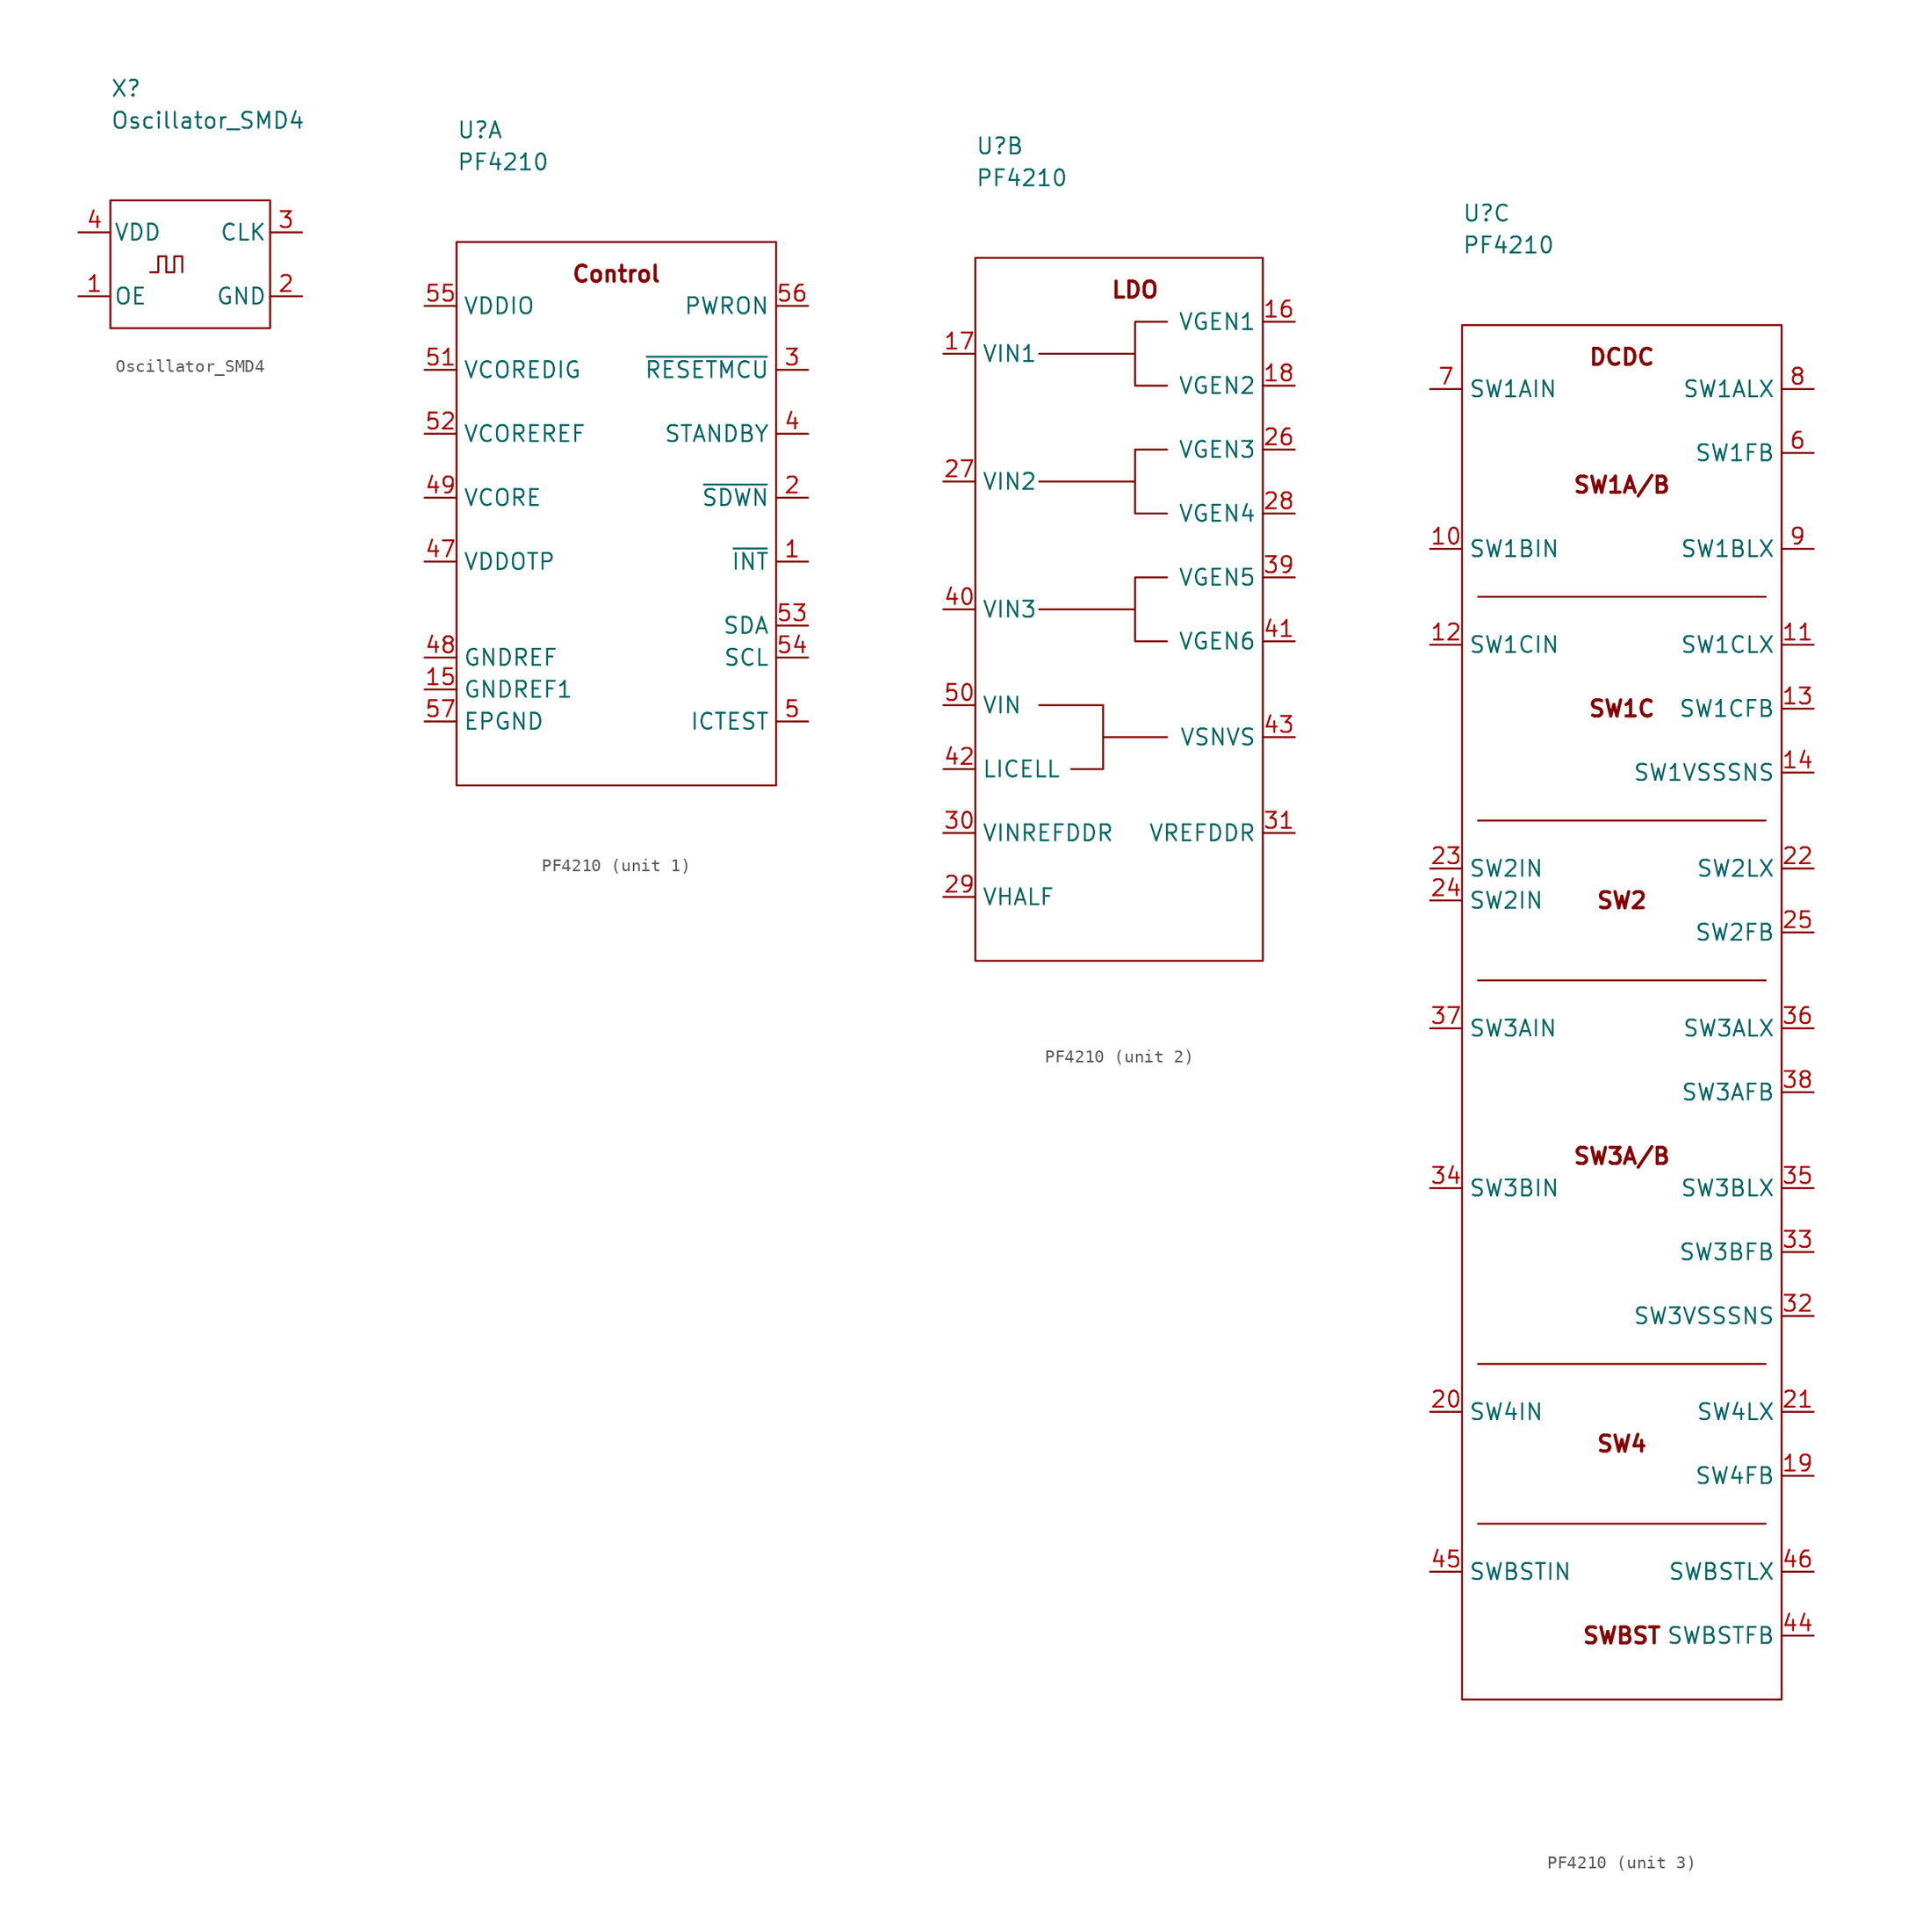
<source format=kicad_sym>
(kicad_symbol_lib
  (version 20211014)
  (generator kicad_symbol_editor)
  (symbol "Oscillator_SMD4"
    (pin_names
      (offset 0.254))
    (property "Reference" "X"
      (at 0 8.89 0)
      (effects (font (size 1.27 1.27)) (justify left)))
    (property "Value" "Oscillator_SMD4"
      (at 0 6.35 0)
      (effects (font (size 1.27 1.27)) (justify left)))
    (symbol "Oscillator_SMD4_0_1"
      (polyline (pts (xy 3.175 -5.715) (xy 3.81 -5.715) (xy 3.81 -4.445) (xy 4.445 -4.445) (xy 4.445 -5.715) (xy 5.08 -5.715) (xy 5.08 -4.445) (xy 5.715 -4.445) (xy 5.715 -5.715)) (stroke (width 0) (type default) (color 0 0 0 0)) (fill (type none)))
      (rectangle (start 0 0) (end 12.7 -10.16) (stroke (width 0.152) (type default) (color 0 0 0 0)) (fill (type none))))
    (symbol "Oscillator_SMD4_1_1"
      (pin passive line (at -2.54 -7.62 0) (length 2.54) (name "OE" (effects (font (size 1.27 1.27)))) (number "1" (effects (font (size 1.27 1.27)))))
      (pin passive line (at 15.24 -7.62 180) (length 2.54) (name "GND" (effects (font (size 1.27 1.27)))) (number "2" (effects (font (size 1.27 1.27)))))
      (pin passive line (at 15.24 -2.54 180) (length 2.54) (name "CLK" (effects (font (size 1.27 1.27)))) (number "3" (effects (font (size 1.27 1.27)))))
      (pin passive line (at -2.54 -2.54 0) (length 2.54) (name "VDD" (effects (font (size 1.27 1.27)))) (number "4" (effects (font (size 1.27 1.27)))))))
  (symbol "PF4210"
    (property "Reference" "U"
      (at 0 8.89 0)
      (effects (font (size 1.27 1.27)) (justify left)))
    (property "Value" "PF4210"
      (at 0 6.35 0)
      (effects (font (size 1.27 1.27)) (justify left)))
    (symbol "PF4210_1_1"
      (rectangle (start 0 0) (end 25.4 -43.18) (stroke (width 0.152) (type default) (color 0 0 0 0)) (fill (type none)))
      (text "Control" (at 12.7 -2.54 0) (effects (font (size 1.27 1.27) bold)))
      (pin passive line (at 27.94 -25.4 180) (length 2.54) (name "~{INT}" (effects (font (size 1.27 1.27)))) (number "1" (effects (font (size 1.27 1.27)))))
      (pin passive line (at -2.54 -35.56 0) (length 2.54) (name "GNDREF1" (effects (font (size 1.27 1.27)))) (number "15" (effects (font (size 1.27 1.27)))))
      (pin passive line (at 27.94 -20.32 180) (length 2.54) (name "~{SDWN}" (effects (font (size 1.27 1.27)))) (number "2" (effects (font (size 1.27 1.27)))))
      (pin passive line (at 27.94 -10.16 180) (length 2.54) (name "~{RESETMCU}" (effects (font (size 1.27 1.27)))) (number "3" (effects (font (size 1.27 1.27)))))
      (pin passive line (at 27.94 -15.24 180) (length 2.54) (name "STANDBY" (effects (font (size 1.27 1.27)))) (number "4" (effects (font (size 1.27 1.27)))))
      (pin passive line (at -2.54 -25.4 0) (length 2.54) (name "VDDOTP" (effects (font (size 1.27 1.27)))) (number "47" (effects (font (size 1.27 1.27)))))
      (pin passive line (at -2.54 -33.02 0) (length 2.54) (name "GNDREF" (effects (font (size 1.27 1.27)))) (number "48" (effects (font (size 1.27 1.27)))))
      (pin passive line (at -2.54 -20.32 0) (length 2.54) (name "VCORE" (effects (font (size 1.27 1.27)))) (number "49" (effects (font (size 1.27 1.27)))))
      (pin passive line (at 27.94 -38.1 180) (length 2.54) (name "ICTEST" (effects (font (size 1.27 1.27)))) (number "5" (effects (font (size 1.27 1.27)))))
      (pin passive line (at -2.54 -10.16 0) (length 2.54) (name "VCOREDIG" (effects (font (size 1.27 1.27)))) (number "51" (effects (font (size 1.27 1.27)))))
      (pin passive line (at -2.54 -15.24 0) (length 2.54) (name "VCOREREF" (effects (font (size 1.27 1.27)))) (number "52" (effects (font (size 1.27 1.27)))))
      (pin passive line (at 27.94 -30.48 180) (length 2.54) (name "SDA" (effects (font (size 1.27 1.27)))) (number "53" (effects (font (size 1.27 1.27)))))
      (pin passive line (at 27.94 -33.02 180) (length 2.54) (name "SCL" (effects (font (size 1.27 1.27)))) (number "54" (effects (font (size 1.27 1.27)))))
      (pin passive line (at -2.54 -5.08 0) (length 2.54) (name "VDDIO" (effects (font (size 1.27 1.27)))) (number "55" (effects (font (size 1.27 1.27)))))
      (pin passive line (at 27.94 -5.08 180) (length 2.54) (name "PWRON" (effects (font (size 1.27 1.27)))) (number "56" (effects (font (size 1.27 1.27)))))
      (pin passive line (at -2.54 -38.1 0) (length 2.54) (name "EPGND" (effects (font (size 1.27 1.27)))) (number "57" (effects (font (size 1.27 1.27))))))
    (symbol "PF4210_2_1"
      (polyline (pts (xy 5.08 -27.94) (xy 12.7 -27.94)) (stroke (width 0.152) (type default) (color 0 0 0 0)) (fill (type none)))
      (polyline (pts (xy 5.08 -17.78) (xy 12.7 -17.78)) (stroke (width 0.152) (type default) (color 0 0 0 0)) (fill (type none)))
      (polyline (pts (xy 5.08 -7.62) (xy 12.7 -7.62)) (stroke (width 0.152) (type default) (color 0 0 0 0)) (fill (type none)))
      (polyline (pts (xy 15.24 -38.1) (xy 10.16 -38.1)) (stroke (width 0.152) (type default) (color 0 0 0 0)) (fill (type none)))
      (polyline (pts (xy 5.08 -35.56) (xy 10.16 -35.56) (xy 10.16 -40.64) (xy 7.62 -40.64)) (stroke (width 0.152) (type default) (color 0 0 0 0)) (fill (type none)))
      (polyline (pts (xy 15.24 -25.4) (xy 12.7 -25.4) (xy 12.7 -30.48) (xy 15.24 -30.48)) (stroke (width 0.152) (type default) (color 0 0 0 0)) (fill (type none)))
      (polyline (pts (xy 15.24 -15.24) (xy 12.7 -15.24) (xy 12.7 -20.32) (xy 15.24 -20.32)) (stroke (width 0.152) (type default) (color 0 0 0 0)) (fill (type none)))
      (polyline (pts (xy 15.24 -5.08) (xy 12.7 -5.08) (xy 12.7 -10.16) (xy 15.24 -10.16)) (stroke (width 0.152) (type default) (color 0 0 0 0)) (fill (type none)))
      (rectangle (start 0 0) (end 22.86 -55.88) (stroke (width 0.152) (type default) (color 0 0 0 0)) (fill (type none)))
      (text "LDO" (at 12.7 -2.54 0) (effects (font (size 1.27 1.27) bold)))
      (pin passive line (at 25.4 -5.08 180) (length 2.54) (name "VGEN1" (effects (font (size 1.27 1.27)))) (number "16" (effects (font (size 1.27 1.27)))))
      (pin passive line (at -2.54 -7.62 0) (length 2.54) (name "VIN1" (effects (font (size 1.27 1.27)))) (number "17" (effects (font (size 1.27 1.27)))))
      (pin passive line (at 25.4 -10.16 180) (length 2.54) (name "VGEN2" (effects (font (size 1.27 1.27)))) (number "18" (effects (font (size 1.27 1.27)))))
      (pin passive line (at 25.4 -15.24 180) (length 2.54) (name "VGEN3" (effects (font (size 1.27 1.27)))) (number "26" (effects (font (size 1.27 1.27)))))
      (pin passive line (at -2.54 -17.78 0) (length 2.54) (name "VIN2" (effects (font (size 1.27 1.27)))) (number "27" (effects (font (size 1.27 1.27)))))
      (pin passive line (at 25.4 -20.32 180) (length 2.54) (name "VGEN4" (effects (font (size 1.27 1.27)))) (number "28" (effects (font (size 1.27 1.27)))))
      (pin passive line (at -2.54 -50.8 0) (length 2.54) (name "VHALF" (effects (font (size 1.27 1.27)))) (number "29" (effects (font (size 1.27 1.27)))))
      (pin passive line (at -2.54 -45.72 0) (length 2.54) (name "VINREFDDR" (effects (font (size 1.27 1.27)))) (number "30" (effects (font (size 1.27 1.27)))))
      (pin passive line (at 25.4 -45.72 180) (length 2.54) (name "VREFDDR" (effects (font (size 1.27 1.27)))) (number "31" (effects (font (size 1.27 1.27)))))
      (pin passive line (at 25.4 -25.4 180) (length 2.54) (name "VGEN5" (effects (font (size 1.27 1.27)))) (number "39" (effects (font (size 1.27 1.27)))))
      (pin passive line (at -2.54 -27.94 0) (length 2.54) (name "VIN3" (effects (font (size 1.27 1.27)))) (number "40" (effects (font (size 1.27 1.27)))))
      (pin passive line (at 25.4 -30.48 180) (length 2.54) (name "VGEN6" (effects (font (size 1.27 1.27)))) (number "41" (effects (font (size 1.27 1.27)))))
      (pin passive line (at -2.54 -40.64 0) (length 2.54) (name "LICELL" (effects (font (size 1.27 1.27)))) (number "42" (effects (font (size 1.27 1.27)))))
      (pin passive line (at 25.4 -38.1 180) (length 2.54) (name "VSNVS" (effects (font (size 1.27 1.27)))) (number "43" (effects (font (size 1.27 1.27)))))
      (pin passive line (at -2.54 -35.56 0) (length 2.54) (name "VIN" (effects (font (size 1.27 1.27)))) (number "50" (effects (font (size 1.27 1.27))))))
    (symbol "PF4210_3_1"
      (polyline (pts (xy 1.27 -95.25) (xy 24.13 -95.25)) (stroke (width 0.152) (type default) (color 0 0 0 0)) (fill (type none)))
      (polyline (pts (xy 1.27 -82.55) (xy 24.13 -82.55)) (stroke (width 0.152) (type default) (color 0 0 0 0)) (fill (type none)))
      (polyline (pts (xy 1.27 -52.07) (xy 24.13 -52.07)) (stroke (width 0.152) (type default) (color 0 0 0 0)) (fill (type none)))
      (polyline (pts (xy 1.27 -39.37) (xy 24.13 -39.37)) (stroke (width 0.152) (type default) (color 0 0 0 0)) (fill (type none)))
      (polyline (pts (xy 1.27 -21.59) (xy 24.13 -21.59)) (stroke (width 0.152) (type default) (color 0 0 0 0)) (fill (type none)))
      (rectangle (start 0 0) (end 25.4 -109.22) (stroke (width 0.152) (type default) (color 0 0 0 0)) (fill (type none)))
      (text "DCDC" (at 12.7 -2.54 0) (effects (font (size 1.27 1.27) bold)))
      (text "SW1A/B" (at 12.7 -12.7 0) (effects (font (size 1.27 1.27) bold)))
      (text "SW1C" (at 12.7 -30.48 0) (effects (font (size 1.27 1.27) bold)))
      (text "SW2" (at 12.7 -45.72 0) (effects (font (size 1.27 1.27) bold)))
      (text "SW3A/B" (at 12.7 -66.04 0) (effects (font (size 1.27 1.27) bold)))
      (text "SW4" (at 12.7 -88.9 0) (effects (font (size 1.27 1.27) bold)))
      (text "SWBST" (at 12.7 -104.14 0) (effects (font (size 1.27 1.27) bold)))
      (pin passive line (at -2.54 -17.78 0) (length 2.54) (name "SW1BIN" (effects (font (size 1.27 1.27)))) (number "10" (effects (font (size 1.27 1.27)))))
      (pin passive line (at 27.94 -25.4 180) (length 2.54) (name "SW1CLX" (effects (font (size 1.27 1.27)))) (number "11" (effects (font (size 1.27 1.27)))))
      (pin passive line (at -2.54 -25.4 0) (length 2.54) (name "SW1CIN" (effects (font (size 1.27 1.27)))) (number "12" (effects (font (size 1.27 1.27)))))
      (pin passive line (at 27.94 -30.48 180) (length 2.54) (name "SW1CFB" (effects (font (size 1.27 1.27)))) (number "13" (effects (font (size 1.27 1.27)))))
      (pin passive line (at 27.94 -35.56 180) (length 2.54) (name "SW1VSSSNS" (effects (font (size 1.27 1.27)))) (number "14" (effects (font (size 1.27 1.27)))))
      (pin passive line (at 27.94 -91.44 180) (length 2.54) (name "SW4FB" (effects (font (size 1.27 1.27)))) (number "19" (effects (font (size 1.27 1.27)))))
      (pin passive line (at -2.54 -86.36 0) (length 2.54) (name "SW4IN" (effects (font (size 1.27 1.27)))) (number "20" (effects (font (size 1.27 1.27)))))
      (pin passive line (at 27.94 -86.36 180) (length 2.54) (name "SW4LX" (effects (font (size 1.27 1.27)))) (number "21" (effects (font (size 1.27 1.27)))))
      (pin passive line (at 27.94 -43.18 180) (length 2.54) (name "SW2LX" (effects (font (size 1.27 1.27)))) (number "22" (effects (font (size 1.27 1.27)))))
      (pin passive line (at -2.54 -43.18 0) (length 2.54) (name "SW2IN" (effects (font (size 1.27 1.27)))) (number "23" (effects (font (size 1.27 1.27)))))
      (pin passive line (at -2.54 -45.72 0) (length 2.54) (name "SW2IN" (effects (font (size 1.27 1.27)))) (number "24" (effects (font (size 1.27 1.27)))))
      (pin passive line (at 27.94 -48.26 180) (length 2.54) (name "SW2FB" (effects (font (size 1.27 1.27)))) (number "25" (effects (font (size 1.27 1.27)))))
      (pin passive line (at 27.94 -78.74 180) (length 2.54) (name "SW3VSSSNS" (effects (font (size 1.27 1.27)))) (number "32" (effects (font (size 1.27 1.27)))))
      (pin passive line (at 27.94 -73.66 180) (length 2.54) (name "SW3BFB" (effects (font (size 1.27 1.27)))) (number "33" (effects (font (size 1.27 1.27)))))
      (pin passive line (at -2.54 -68.58 0) (length 2.54) (name "SW3BIN" (effects (font (size 1.27 1.27)))) (number "34" (effects (font (size 1.27 1.27)))))
      (pin passive line (at 27.94 -68.58 180) (length 2.54) (name "SW3BLX" (effects (font (size 1.27 1.27)))) (number "35" (effects (font (size 1.27 1.27)))))
      (pin passive line (at 27.94 -55.88 180) (length 2.54) (name "SW3ALX" (effects (font (size 1.27 1.27)))) (number "36" (effects (font (size 1.27 1.27)))))
      (pin passive line (at -2.54 -55.88 0) (length 2.54) (name "SW3AIN" (effects (font (size 1.27 1.27)))) (number "37" (effects (font (size 1.27 1.27)))))
      (pin passive line (at 27.94 -60.96 180) (length 2.54) (name "SW3AFB" (effects (font (size 1.27 1.27)))) (number "38" (effects (font (size 1.27 1.27)))))
      (pin passive line (at 27.94 -104.14 180) (length 2.54) (name "SWBSTFB" (effects (font (size 1.27 1.27)))) (number "44" (effects (font (size 1.27 1.27)))))
      (pin passive line (at -2.54 -99.06 0) (length 2.54) (name "SWBSTIN" (effects (font (size 1.27 1.27)))) (number "45" (effects (font (size 1.27 1.27)))))
      (pin passive line (at 27.94 -99.06 180) (length 2.54) (name "SWBSTLX" (effects (font (size 1.27 1.27)))) (number "46" (effects (font (size 1.27 1.27)))))
      (pin passive line (at 27.94 -10.16 180) (length 2.54) (name "SW1FB" (effects (font (size 1.27 1.27)))) (number "6" (effects (font (size 1.27 1.27)))))
      (pin passive line (at -2.54 -5.08 0) (length 2.54) (name "SW1AIN" (effects (font (size 1.27 1.27)))) (number "7" (effects (font (size 1.27 1.27)))))
      (pin passive line (at 27.94 -5.08 180) (length 2.54) (name "SW1ALX" (effects (font (size 1.27 1.27)))) (number "8" (effects (font (size 1.27 1.27)))))
      (pin passive line (at 27.94 -17.78 180) (length 2.54) (name "SW1BLX" (effects (font (size 1.27 1.27)))) (number "9" (effects (font (size 1.27 1.27))))))))
</source>
